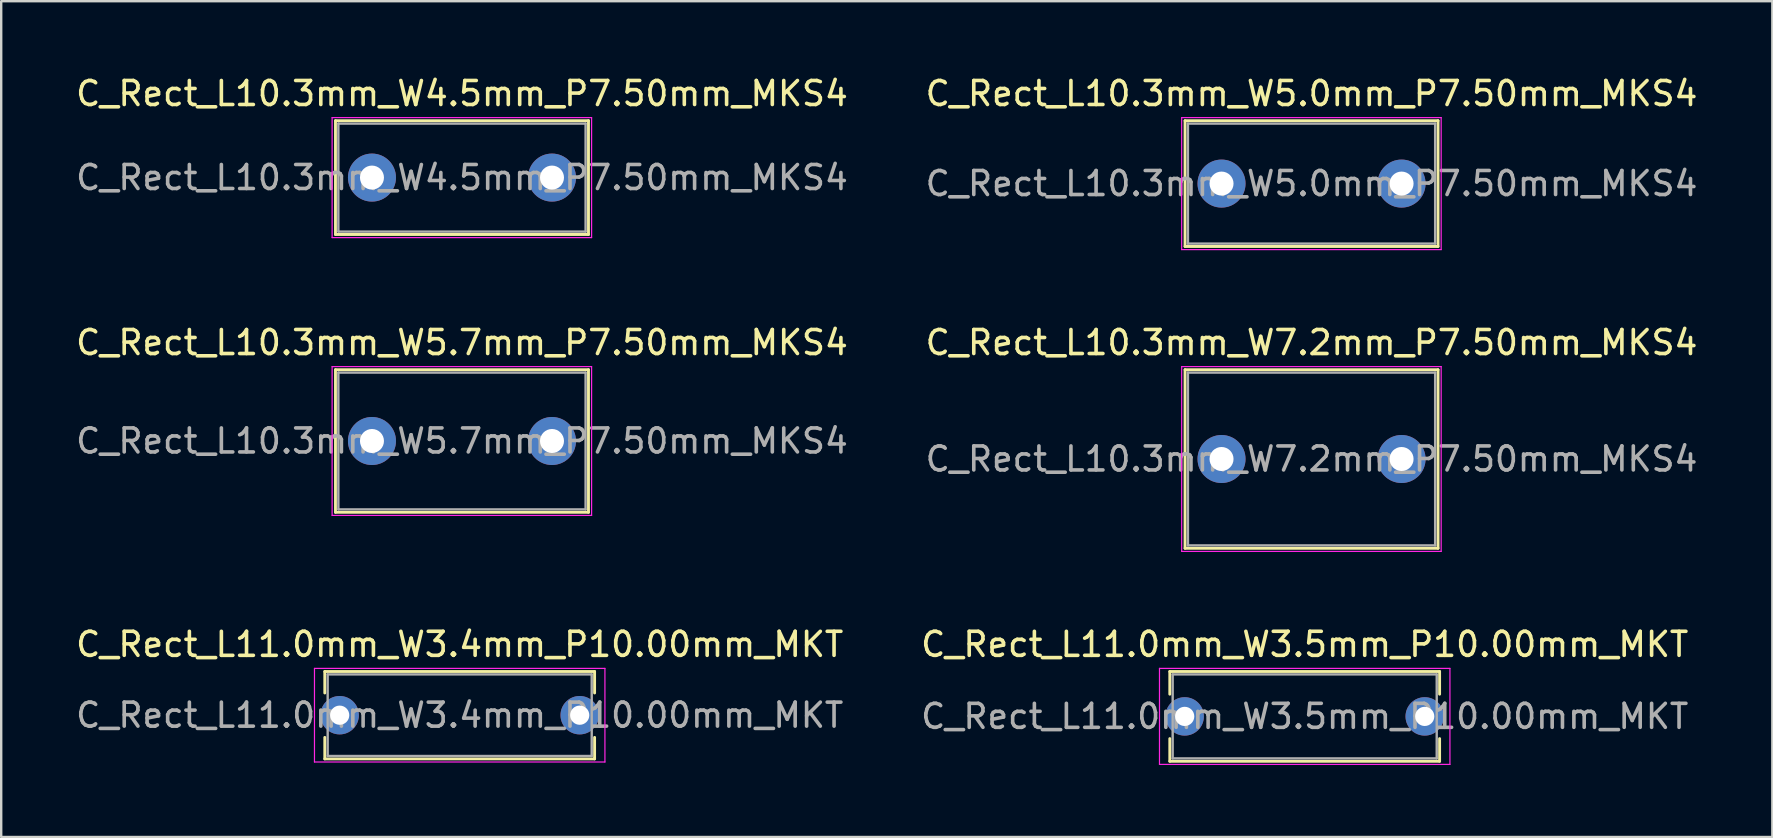
<source format=kicad_pcb>
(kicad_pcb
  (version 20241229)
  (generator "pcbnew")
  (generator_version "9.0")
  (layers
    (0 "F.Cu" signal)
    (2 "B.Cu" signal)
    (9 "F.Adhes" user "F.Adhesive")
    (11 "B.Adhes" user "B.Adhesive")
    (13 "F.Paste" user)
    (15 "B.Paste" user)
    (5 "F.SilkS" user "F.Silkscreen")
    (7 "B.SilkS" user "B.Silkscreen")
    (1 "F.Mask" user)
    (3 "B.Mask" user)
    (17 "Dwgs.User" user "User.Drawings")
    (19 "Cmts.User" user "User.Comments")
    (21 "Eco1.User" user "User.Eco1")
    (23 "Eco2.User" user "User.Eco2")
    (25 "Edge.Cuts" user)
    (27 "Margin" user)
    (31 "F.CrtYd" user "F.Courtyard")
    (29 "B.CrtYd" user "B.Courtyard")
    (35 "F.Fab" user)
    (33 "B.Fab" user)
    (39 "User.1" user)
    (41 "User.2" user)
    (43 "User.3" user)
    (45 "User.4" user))
  (footprint "C_Rect_L10.3mm_W5.0mm_P7.50mm_MKS4"
    (layer "F.Cu")
    (at 47.839 4.598)
    (property "Reference" "C_Rect_L10.3mm_W5.0mm_P7.50mm_MKS4" (at 3.75 -3.75 0) (layer "F.SilkS") (effects (font (size 1 1) (thickness 0.15))))
    (attr through_hole)
    (fp_line (start -1.52 -2.62) (end -1.52 2.62) (stroke (width 0.12) (type solid)) (layer "F.SilkS"))
    (fp_line (start -1.52 -2.62) (end 9.02 -2.62) (stroke (width 0.12) (type solid)) (layer "F.SilkS"))
    (fp_line (start -1.52 2.62) (end 9.02 2.62) (stroke (width 0.12) (type solid)) (layer "F.SilkS"))
    (fp_line (start 9.02 -2.62) (end 9.02 2.62) (stroke (width 0.12) (type solid)) (layer "F.SilkS"))
    (fp_line (start -1.66 -2.75) (end -1.66 2.75) (stroke (width 0.05) (type solid)) (layer "F.CrtYd"))
    (fp_line (start -1.66 2.75) (end 9.15 2.75) (stroke (width 0.05) (type solid)) (layer "F.CrtYd"))
    (fp_line (start 9.15 -2.75) (end -1.66 -2.75) (stroke (width 0.05) (type solid)) (layer "F.CrtYd"))
    (fp_line (start 9.15 2.75) (end 9.15 -2.75) (stroke (width 0.05) (type solid)) (layer "F.CrtYd"))
    (fp_line (start -1.4 -2.5) (end -1.4 2.5) (stroke (width 0.1) (type solid)) (layer "F.Fab"))
    (fp_line (start -1.4 2.5) (end 8.9 2.5) (stroke (width 0.1) (type solid)) (layer "F.Fab"))
    (fp_line (start 8.9 -2.5) (end -1.4 -2.5) (stroke (width 0.1) (type solid)) (layer "F.Fab"))
    (fp_line (start 8.9 2.5) (end 8.9 -2.5) (stroke (width 0.1) (type solid)) (layer "F.Fab"))
    (fp_text user "${REFERENCE}" (at 3.75 0 0) (layer "F.Fab") (effects (font (size 1 1) (thickness 0.15))))
    (pad "1" thru_hole circle (at 0 0) (size 2 2) (drill 1) (layers "*.Cu" "*.Mask"))
    (pad "2" thru_hole circle (at 7.5 0) (size 2 2) (drill 1) (layers "*.Cu" "*.Mask")))
  (footprint "C_Rect_L10.3mm_W4.5mm_P7.50mm_MKS4"
    (layer "F.Cu")
    (at 12.446 4.348)
    (property "Reference" "C_Rect_L10.3mm_W4.5mm_P7.50mm_MKS4" (at 3.75 -3.5 0) (layer "F.SilkS") (effects (font (size 1 1) (thickness 0.15))))
    (attr through_hole)
    (fp_line (start -1.52 -2.37) (end -1.52 2.37) (stroke (width 0.12) (type solid)) (layer "F.SilkS"))
    (fp_line (start -1.52 -2.37) (end 9.02 -2.37) (stroke (width 0.12) (type solid)) (layer "F.SilkS"))
    (fp_line (start -1.52 2.37) (end 9.02 2.37) (stroke (width 0.12) (type solid)) (layer "F.SilkS"))
    (fp_line (start 9.02 -2.37) (end 9.02 2.37) (stroke (width 0.12) (type solid)) (layer "F.SilkS"))
    (fp_line (start -1.66 -2.5) (end -1.66 2.5) (stroke (width 0.05) (type solid)) (layer "F.CrtYd"))
    (fp_line (start -1.66 2.5) (end 9.15 2.5) (stroke (width 0.05) (type solid)) (layer "F.CrtYd"))
    (fp_line (start 9.15 -2.5) (end -1.66 -2.5) (stroke (width 0.05) (type solid)) (layer "F.CrtYd"))
    (fp_line (start 9.15 2.5) (end 9.15 -2.5) (stroke (width 0.05) (type solid)) (layer "F.CrtYd"))
    (fp_line (start -1.4 -2.25) (end -1.4 2.25) (stroke (width 0.1) (type solid)) (layer "F.Fab"))
    (fp_line (start -1.4 2.25) (end 8.9 2.25) (stroke (width 0.1) (type solid)) (layer "F.Fab"))
    (fp_line (start 8.9 -2.25) (end -1.4 -2.25) (stroke (width 0.1) (type solid)) (layer "F.Fab"))
    (fp_line (start 8.9 2.25) (end 8.9 -2.25) (stroke (width 0.1) (type solid)) (layer "F.Fab"))
    (fp_text user "${REFERENCE}" (at 3.75 0 0) (layer "F.Fab") (effects (font (size 1 1) (thickness 0.15))))
    (pad "1" thru_hole circle (at 0 0) (size 2 2) (drill 1) (layers "*.Cu" "*.Mask"))
    (pad "2" thru_hole circle (at 7.5 0) (size 2 2) (drill 1) (layers "*.Cu" "*.Mask")))
  (footprint "C_Rect_L11.0mm_W3.4mm_P10.00mm_MKT"
    (layer "F.Cu")
    (at 11.101 26.745)
    (property "Reference" "C_Rect_L11.0mm_W3.4mm_P10.00mm_MKT" (at 5 -2.95 0) (layer "F.SilkS") (effects (font (size 1 1) (thickness 0.15))))
    (attr through_hole)
    (fp_line (start -0.62 -1.82) (end -0.62 -0.925) (stroke (width 0.12) (type solid)) (layer "F.SilkS"))
    (fp_line (start -0.62 -1.82) (end 10.62 -1.82) (stroke (width 0.12) (type solid)) (layer "F.SilkS"))
    (fp_line (start -0.62 0.925) (end -0.62 1.82) (stroke (width 0.12) (type solid)) (layer "F.SilkS"))
    (fp_line (start -0.62 1.82) (end 10.62 1.82) (stroke (width 0.12) (type solid)) (layer "F.SilkS"))
    (fp_line (start 10.62 -1.82) (end 10.62 -0.925) (stroke (width 0.12) (type solid)) (layer "F.SilkS"))
    (fp_line (start 10.62 0.925) (end 10.62 1.82) (stroke (width 0.12) (type solid)) (layer "F.SilkS"))
    (fp_line (start -1.05 -1.95) (end -1.05 1.95) (stroke (width 0.05) (type solid)) (layer "F.CrtYd"))
    (fp_line (start -1.05 1.95) (end 11.05 1.95) (stroke (width 0.05) (type solid)) (layer "F.CrtYd"))
    (fp_line (start 11.05 -1.95) (end -1.05 -1.95) (stroke (width 0.05) (type solid)) (layer "F.CrtYd"))
    (fp_line (start 11.05 1.95) (end 11.05 -1.95) (stroke (width 0.05) (type solid)) (layer "F.CrtYd"))
    (fp_line (start -0.5 -1.7) (end -0.5 1.7) (stroke (width 0.1) (type solid)) (layer "F.Fab"))
    (fp_line (start -0.5 1.7) (end 10.5 1.7) (stroke (width 0.1) (type solid)) (layer "F.Fab"))
    (fp_line (start 10.5 -1.7) (end -0.5 -1.7) (stroke (width 0.1) (type solid)) (layer "F.Fab"))
    (fp_line (start 10.5 1.7) (end 10.5 -1.7) (stroke (width 0.1) (type solid)) (layer "F.Fab"))
    (fp_text user "${REFERENCE}" (at 5 0 0) (layer "F.Fab") (effects (font (size 1 1) (thickness 0.15))))
    (pad "1" thru_hole circle (at 0 0) (size 1.6 1.6) (drill 0.8) (layers "*.Cu" "*.Mask"))
    (pad "2" thru_hole circle (at 10 0) (size 1.6 1.6) (drill 0.8) (layers "*.Cu" "*.Mask")))
  (footprint "C_Rect_L10.3mm_W5.7mm_P7.50mm_MKS4"
    (layer "F.Cu")
    (at 12.446 15.322)
    (property "Reference" "C_Rect_L10.3mm_W5.7mm_P7.50mm_MKS4" (at 3.75 -4.1 0) (layer "F.SilkS") (effects (font (size 1 1) (thickness 0.15))))
    (attr through_hole)
    (fp_line (start -1.52 -2.97) (end -1.52 2.97) (stroke (width 0.12) (type solid)) (layer "F.SilkS"))
    (fp_line (start -1.52 -2.97) (end 9.02 -2.97) (stroke (width 0.12) (type solid)) (layer "F.SilkS"))
    (fp_line (start -1.52 2.97) (end 9.02 2.97) (stroke (width 0.12) (type solid)) (layer "F.SilkS"))
    (fp_line (start 9.02 -2.97) (end 9.02 2.97) (stroke (width 0.12) (type solid)) (layer "F.SilkS"))
    (fp_line (start -1.66 -3.1) (end -1.66 3.1) (stroke (width 0.05) (type solid)) (layer "F.CrtYd"))
    (fp_line (start -1.66 3.1) (end 9.15 3.1) (stroke (width 0.05) (type solid)) (layer "F.CrtYd"))
    (fp_line (start 9.15 -3.1) (end -1.66 -3.1) (stroke (width 0.05) (type solid)) (layer "F.CrtYd"))
    (fp_line (start 9.15 3.1) (end 9.15 -3.1) (stroke (width 0.05) (type solid)) (layer "F.CrtYd"))
    (fp_line (start -1.4 -2.85) (end -1.4 2.85) (stroke (width 0.1) (type solid)) (layer "F.Fab"))
    (fp_line (start -1.4 2.85) (end 8.9 2.85) (stroke (width 0.1) (type solid)) (layer "F.Fab"))
    (fp_line (start 8.9 -2.85) (end -1.4 -2.85) (stroke (width 0.1) (type solid)) (layer "F.Fab"))
    (fp_line (start 8.9 2.85) (end 8.9 -2.85) (stroke (width 0.1) (type solid)) (layer "F.Fab"))
    (fp_text user "${REFERENCE}" (at 3.75 0 0) (layer "F.Fab") (effects (font (size 1 1) (thickness 0.15))))
    (pad "1" thru_hole circle (at 0 0) (size 2 2) (drill 1) (layers "*.Cu" "*.Mask"))
    (pad "2" thru_hole circle (at 7.5 0) (size 2 2) (drill 1) (layers "*.Cu" "*.Mask")))
  (footprint "C_Rect_L11.0mm_W3.5mm_P10.00mm_MKT"
    (layer "F.Cu")
    (at 46.304 26.795)
    (property "Reference" "C_Rect_L11.0mm_W3.5mm_P10.00mm_MKT" (at 5 -3 0) (layer "F.SilkS") (effects (font (size 1 1) (thickness 0.15))))
    (attr through_hole)
    (fp_line (start -0.62 -1.87) (end -0.62 -0.925) (stroke (width 0.12) (type solid)) (layer "F.SilkS"))
    (fp_line (start -0.62 -1.87) (end 10.62 -1.87) (stroke (width 0.12) (type solid)) (layer "F.SilkS"))
    (fp_line (start -0.62 0.925) (end -0.62 1.87) (stroke (width 0.12) (type solid)) (layer "F.SilkS"))
    (fp_line (start -0.62 1.87) (end 10.62 1.87) (stroke (width 0.12) (type solid)) (layer "F.SilkS"))
    (fp_line (start 10.62 -1.87) (end 10.62 -0.925) (stroke (width 0.12) (type solid)) (layer "F.SilkS"))
    (fp_line (start 10.62 0.925) (end 10.62 1.87) (stroke (width 0.12) (type solid)) (layer "F.SilkS"))
    (fp_line (start -1.05 -2) (end -1.05 2) (stroke (width 0.05) (type solid)) (layer "F.CrtYd"))
    (fp_line (start -1.05 2) (end 11.05 2) (stroke (width 0.05) (type solid)) (layer "F.CrtYd"))
    (fp_line (start 11.05 -2) (end -1.05 -2) (stroke (width 0.05) (type solid)) (layer "F.CrtYd"))
    (fp_line (start 11.05 2) (end 11.05 -2) (stroke (width 0.05) (type solid)) (layer "F.CrtYd"))
    (fp_line (start -0.5 -1.75) (end -0.5 1.75) (stroke (width 0.1) (type solid)) (layer "F.Fab"))
    (fp_line (start -0.5 1.75) (end 10.5 1.75) (stroke (width 0.1) (type solid)) (layer "F.Fab"))
    (fp_line (start 10.5 -1.75) (end -0.5 -1.75) (stroke (width 0.1) (type solid)) (layer "F.Fab"))
    (fp_line (start 10.5 1.75) (end 10.5 -1.75) (stroke (width 0.1) (type solid)) (layer "F.Fab"))
    (fp_text user "${REFERENCE}" (at 5 0 0) (layer "F.Fab") (effects (font (size 1 1) (thickness 0.15))))
    (pad "1" thru_hole circle (at 0 0) (size 1.6 1.6) (drill 0.8) (layers "*.Cu" "*.Mask"))
    (pad "2" thru_hole circle (at 10 0) (size 1.6 1.6) (drill 0.8) (layers "*.Cu" "*.Mask")))
  (footprint "C_Rect_L10.3mm_W7.2mm_P7.50mm_MKS4"
    (layer "F.Cu")
    (at 47.839 16.072)
    (property "Reference" "C_Rect_L10.3mm_W7.2mm_P7.50mm_MKS4" (at 3.75 -4.85 0) (layer "F.SilkS") (effects (font (size 1 1) (thickness 0.15))))
    (attr through_hole)
    (fp_line (start -1.52 -3.72) (end -1.52 3.72) (stroke (width 0.12) (type solid)) (layer "F.SilkS"))
    (fp_line (start -1.52 -3.72) (end 9.02 -3.72) (stroke (width 0.12) (type solid)) (layer "F.SilkS"))
    (fp_line (start -1.52 3.72) (end 9.02 3.72) (stroke (width 0.12) (type solid)) (layer "F.SilkS"))
    (fp_line (start 9.02 -3.72) (end 9.02 3.72) (stroke (width 0.12) (type solid)) (layer "F.SilkS"))
    (fp_line (start -1.66 -3.85) (end -1.66 3.85) (stroke (width 0.05) (type solid)) (layer "F.CrtYd"))
    (fp_line (start -1.66 3.85) (end 9.15 3.85) (stroke (width 0.05) (type solid)) (layer "F.CrtYd"))
    (fp_line (start 9.15 -3.85) (end -1.66 -3.85) (stroke (width 0.05) (type solid)) (layer "F.CrtYd"))
    (fp_line (start 9.15 3.85) (end 9.15 -3.85) (stroke (width 0.05) (type solid)) (layer "F.CrtYd"))
    (fp_line (start -1.4 -3.6) (end -1.4 3.6) (stroke (width 0.1) (type solid)) (layer "F.Fab"))
    (fp_line (start -1.4 3.6) (end 8.9 3.6) (stroke (width 0.1) (type solid)) (layer "F.Fab"))
    (fp_line (start 8.9 -3.6) (end -1.4 -3.6) (stroke (width 0.1) (type solid)) (layer "F.Fab"))
    (fp_line (start 8.9 3.6) (end 8.9 -3.6) (stroke (width 0.1) (type solid)) (layer "F.Fab"))
    (fp_text user "${REFERENCE}" (at 3.75 0 0) (layer "F.Fab") (effects (font (size 1 1) (thickness 0.15))))
    (pad "1" thru_hole circle (at 0 0) (size 2 2) (drill 1) (layers "*.Cu" "*.Mask"))
    (pad "2" thru_hole circle (at 7.5 0) (size 2 2) (drill 1) (layers "*.Cu" "*.Mask")))
  (gr_rect
    (start -3 -3)
    (end 70.786 31.82)
    (stroke (width 0.1) (type default))
    (fill no)
    (layer "Edge.Cuts")))
</source>
